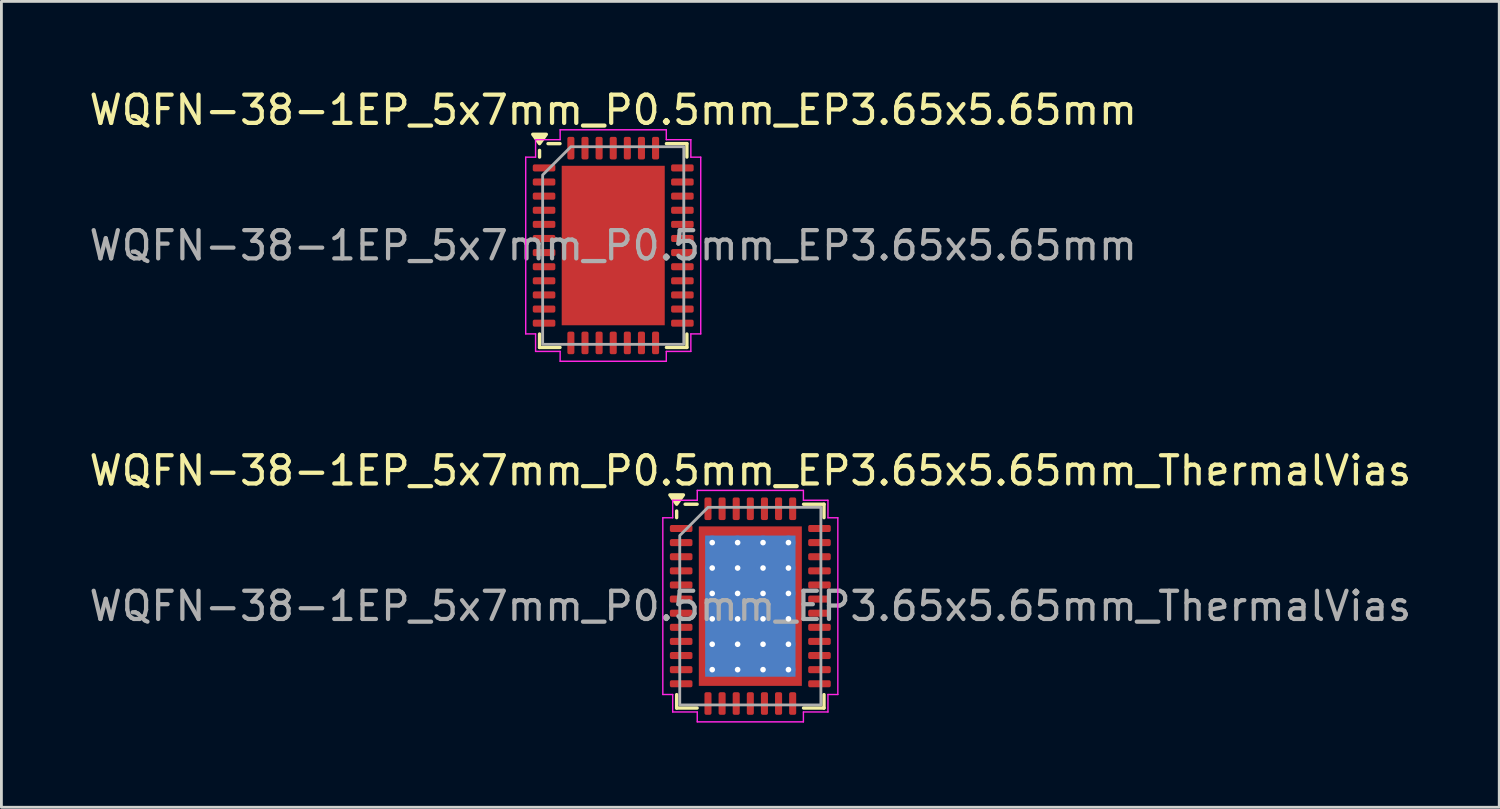
<source format=kicad_pcb>
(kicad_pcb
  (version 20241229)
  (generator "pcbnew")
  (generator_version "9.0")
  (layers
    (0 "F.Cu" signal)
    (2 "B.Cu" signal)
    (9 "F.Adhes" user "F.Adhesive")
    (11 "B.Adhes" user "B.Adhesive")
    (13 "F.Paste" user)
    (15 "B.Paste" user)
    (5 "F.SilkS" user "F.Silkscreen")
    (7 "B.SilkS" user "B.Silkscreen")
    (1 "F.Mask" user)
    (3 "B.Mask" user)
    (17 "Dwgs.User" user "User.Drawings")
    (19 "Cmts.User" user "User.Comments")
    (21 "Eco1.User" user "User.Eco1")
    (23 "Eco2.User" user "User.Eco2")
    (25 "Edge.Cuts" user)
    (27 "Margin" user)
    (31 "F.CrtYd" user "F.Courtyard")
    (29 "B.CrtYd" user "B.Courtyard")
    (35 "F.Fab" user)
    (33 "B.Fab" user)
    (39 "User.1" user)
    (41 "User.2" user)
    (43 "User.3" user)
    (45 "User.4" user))
  (footprint "WQFN-38-1EP_5x7mm_P0.5mm_EP3.65x5.65mm_ThermalVias"
    (layer "F.Cu")
    (at 23.53 18.422)
    (property "Reference" "WQFN-38-1EP_5x7mm_P0.5mm_EP3.65x5.65mm_ThermalVias" (at 0 -4.8 0) (layer "F.SilkS") (effects (font (size 1 1) (thickness 0.15))))
    (attr smd)
    (fp_line (start -2.61 -3.135) (end -2.61 -3.37) (stroke (width 0.12) (type solid)) (layer "F.SilkS"))
    (fp_line (start -2.61 3.61) (end -2.61 3.135) (stroke (width 0.12) (type solid)) (layer "F.SilkS"))
    (fp_line (start -1.885 -3.61) (end -2.31 -3.61) (stroke (width 0.12) (type solid)) (layer "F.SilkS"))
    (fp_line (start -1.885 3.61) (end -2.61 3.61) (stroke (width 0.12) (type solid)) (layer "F.SilkS"))
    (fp_line (start 1.885 -3.61) (end 2.61 -3.61) (stroke (width 0.12) (type solid)) (layer "F.SilkS"))
    (fp_line (start 1.885 3.61) (end 2.61 3.61) (stroke (width 0.12) (type solid)) (layer "F.SilkS"))
    (fp_line (start 2.61 -3.61) (end 2.61 -3.135) (stroke (width 0.12) (type solid)) (layer "F.SilkS"))
    (fp_line (start 2.61 3.61) (end 2.61 3.135) (stroke (width 0.12) (type solid)) (layer "F.SilkS"))
    (fp_poly (pts (xy -2.61 -3.61) (xy -2.85 -3.94) (xy -2.37 -3.94)) (stroke (width 0.12) (type solid)) (fill yes) (layer "F.SilkS"))
    (fp_line (start -3.1 -3.13) (end -2.75 -3.13) (stroke (width 0.05) (type solid)) (layer "F.CrtYd"))
    (fp_line (start -3.1 3.13) (end -3.1 -3.13) (stroke (width 0.05) (type solid)) (layer "F.CrtYd"))
    (fp_line (start -2.75 -3.75) (end -1.88 -3.75) (stroke (width 0.05) (type solid)) (layer "F.CrtYd"))
    (fp_line (start -2.75 -3.13) (end -2.75 -3.75) (stroke (width 0.05) (type solid)) (layer "F.CrtYd"))
    (fp_line (start -2.75 3.13) (end -3.1 3.13) (stroke (width 0.05) (type solid)) (layer "F.CrtYd"))
    (fp_line (start -2.75 3.75) (end -2.75 3.13) (stroke (width 0.05) (type solid)) (layer "F.CrtYd"))
    (fp_line (start -1.88 -4.1) (end 1.88 -4.1) (stroke (width 0.05) (type solid)) (layer "F.CrtYd"))
    (fp_line (start -1.88 -3.75) (end -1.88 -4.1) (stroke (width 0.05) (type solid)) (layer "F.CrtYd"))
    (fp_line (start -1.88 3.75) (end -2.75 3.75) (stroke (width 0.05) (type solid)) (layer "F.CrtYd"))
    (fp_line (start -1.88 4.1) (end -1.88 3.75) (stroke (width 0.05) (type solid)) (layer "F.CrtYd"))
    (fp_line (start 1.88 -4.1) (end 1.88 -3.75) (stroke (width 0.05) (type solid)) (layer "F.CrtYd"))
    (fp_line (start 1.88 -3.75) (end 2.75 -3.75) (stroke (width 0.05) (type solid)) (layer "F.CrtYd"))
    (fp_line (start 1.88 3.75) (end 1.88 4.1) (stroke (width 0.05) (type solid)) (layer "F.CrtYd"))
    (fp_line (start 1.88 4.1) (end -1.88 4.1) (stroke (width 0.05) (type solid)) (layer "F.CrtYd"))
    (fp_line (start 2.75 -3.75) (end 2.75 -3.13) (stroke (width 0.05) (type solid)) (layer "F.CrtYd"))
    (fp_line (start 2.75 -3.13) (end 3.1 -3.13) (stroke (width 0.05) (type solid)) (layer "F.CrtYd"))
    (fp_line (start 2.75 3.13) (end 2.75 3.75) (stroke (width 0.05) (type solid)) (layer "F.CrtYd"))
    (fp_line (start 2.75 3.75) (end 1.88 3.75) (stroke (width 0.05) (type solid)) (layer "F.CrtYd"))
    (fp_line (start 3.1 -3.13) (end 3.1 3.13) (stroke (width 0.05) (type solid)) (layer "F.CrtYd"))
    (fp_line (start 3.1 3.13) (end 2.75 3.13) (stroke (width 0.05) (type solid)) (layer "F.CrtYd"))
    (fp_poly (pts (xy -2.5 -2.5) (xy -2.5 3.5) (xy 2.5 3.5) (xy 2.5 -3.5) (xy -1.5 -3.5)) (stroke (width 0.1) (type solid)) (fill no) (layer "F.Fab"))
    (fp_text user "${REFERENCE}" (at 0 0 0) (layer "F.Fab") (effects (font (size 1 1) (thickness 0.15))))
    (pad "" smd roundrect (at -0.91 -1.88) (size 1.58 1.63) (layers "F.Paste") (roundrect_rratio 0.158))
    (pad "" smd roundrect (at -0.91 0) (size 1.58 1.63) (layers "F.Paste") (roundrect_rratio 0.158))
    (pad "" smd roundrect (at -0.91 1.88) (size 1.58 1.63) (layers "F.Paste") (roundrect_rratio 0.158))
    (pad "" smd roundrect (at 0.91 -1.88) (size 1.58 1.63) (layers "F.Paste") (roundrect_rratio 0.158))
    (pad "" smd roundrect (at 0.91 0) (size 1.58 1.63) (layers "F.Paste") (roundrect_rratio 0.158))
    (pad "" smd roundrect (at 0.91 1.88) (size 1.58 1.63) (layers "F.Paste") (roundrect_rratio 0.158))
    (pad "1" smd roundrect (at -2.45 -2.75) (size 0.8 0.25) (layers "F.Cu" "F.Mask" "F.Paste") (roundrect_rratio 0.25))
    (pad "2" smd roundrect (at -2.45 -2.25) (size 0.8 0.25) (layers "F.Cu" "F.Mask" "F.Paste") (roundrect_rratio 0.25))
    (pad "3" smd roundrect (at -2.45 -1.75) (size 0.8 0.25) (layers "F.Cu" "F.Mask" "F.Paste") (roundrect_rratio 0.25))
    (pad "4" smd roundrect (at -2.45 -1.25) (size 0.8 0.25) (layers "F.Cu" "F.Mask" "F.Paste") (roundrect_rratio 0.25))
    (pad "5" smd roundrect (at -2.45 -0.75) (size 0.8 0.25) (layers "F.Cu" "F.Mask" "F.Paste") (roundrect_rratio 0.25))
    (pad "6" smd roundrect (at -2.45 -0.25) (size 0.8 0.25) (layers "F.Cu" "F.Mask" "F.Paste") (roundrect_rratio 0.25))
    (pad "7" smd roundrect (at -2.45 0.25) (size 0.8 0.25) (layers "F.Cu" "F.Mask" "F.Paste") (roundrect_rratio 0.25))
    (pad "8" smd roundrect (at -2.45 0.75) (size 0.8 0.25) (layers "F.Cu" "F.Mask" "F.Paste") (roundrect_rratio 0.25))
    (pad "9" smd roundrect (at -2.45 1.25) (size 0.8 0.25) (layers "F.Cu" "F.Mask" "F.Paste") (roundrect_rratio 0.25))
    (pad "10" smd roundrect (at -2.45 1.75) (size 0.8 0.25) (layers "F.Cu" "F.Mask" "F.Paste") (roundrect_rratio 0.25))
    (pad "11" smd roundrect (at -2.45 2.25) (size 0.8 0.25) (layers "F.Cu" "F.Mask" "F.Paste") (roundrect_rratio 0.25))
    (pad "12" smd roundrect (at -2.45 2.75) (size 0.8 0.25) (layers "F.Cu" "F.Mask" "F.Paste") (roundrect_rratio 0.25))
    (pad "13" smd roundrect (at -1.5 3.45) (size 0.25 0.8) (layers "F.Cu" "F.Mask" "F.Paste") (roundrect_rratio 0.25))
    (pad "14" smd roundrect (at -1 3.45) (size 0.25 0.8) (layers "F.Cu" "F.Mask" "F.Paste") (roundrect_rratio 0.25))
    (pad "15" smd roundrect (at -0.5 3.45) (size 0.25 0.8) (layers "F.Cu" "F.Mask" "F.Paste") (roundrect_rratio 0.25))
    (pad "16" smd roundrect (at 0 3.45) (size 0.25 0.8) (layers "F.Cu" "F.Mask" "F.Paste") (roundrect_rratio 0.25))
    (pad "17" smd roundrect (at 0.5 3.45) (size 0.25 0.8) (layers "F.Cu" "F.Mask" "F.Paste") (roundrect_rratio 0.25))
    (pad "18" smd roundrect (at 1 3.45) (size 0.25 0.8) (layers "F.Cu" "F.Mask" "F.Paste") (roundrect_rratio 0.25))
    (pad "19" smd roundrect (at 1.5 3.45) (size 0.25 0.8) (layers "F.Cu" "F.Mask" "F.Paste") (roundrect_rratio 0.25))
    (pad "20" smd roundrect (at 2.45 2.75) (size 0.8 0.25) (layers "F.Cu" "F.Mask" "F.Paste") (roundrect_rratio 0.25))
    (pad "21" smd roundrect (at 2.45 2.25) (size 0.8 0.25) (layers "F.Cu" "F.Mask" "F.Paste") (roundrect_rratio 0.25))
    (pad "22" smd roundrect (at 2.45 1.75) (size 0.8 0.25) (layers "F.Cu" "F.Mask" "F.Paste") (roundrect_rratio 0.25))
    (pad "23" smd roundrect (at 2.45 1.25) (size 0.8 0.25) (layers "F.Cu" "F.Mask" "F.Paste") (roundrect_rratio 0.25))
    (pad "24" smd roundrect (at 2.45 0.75) (size 0.8 0.25) (layers "F.Cu" "F.Mask" "F.Paste") (roundrect_rratio 0.25))
    (pad "25" smd roundrect (at 2.45 0.25) (size 0.8 0.25) (layers "F.Cu" "F.Mask" "F.Paste") (roundrect_rratio 0.25))
    (pad "26" smd roundrect (at 2.45 -0.25) (size 0.8 0.25) (layers "F.Cu" "F.Mask" "F.Paste") (roundrect_rratio 0.25))
    (pad "27" smd roundrect (at 2.45 -0.75) (size 0.8 0.25) (layers "F.Cu" "F.Mask" "F.Paste") (roundrect_rratio 0.25))
    (pad "28" smd roundrect (at 2.45 -1.25) (size 0.8 0.25) (layers "F.Cu" "F.Mask" "F.Paste") (roundrect_rratio 0.25))
    (pad "29" smd roundrect (at 2.45 -1.75) (size 0.8 0.25) (layers "F.Cu" "F.Mask" "F.Paste") (roundrect_rratio 0.25))
    (pad "30" smd roundrect (at 2.45 -2.25) (size 0.8 0.25) (layers "F.Cu" "F.Mask" "F.Paste") (roundrect_rratio 0.25))
    (pad "31" smd roundrect (at 2.45 -2.75) (size 0.8 0.25) (layers "F.Cu" "F.Mask" "F.Paste") (roundrect_rratio 0.25))
    (pad "32" smd roundrect (at 1.5 -3.45) (size 0.25 0.8) (layers "F.Cu" "F.Mask" "F.Paste") (roundrect_rratio 0.25))
    (pad "33" smd roundrect (at 1 -3.45) (size 0.25 0.8) (layers "F.Cu" "F.Mask" "F.Paste") (roundrect_rratio 0.25))
    (pad "34" smd roundrect (at 0.5 -3.45) (size 0.25 0.8) (layers "F.Cu" "F.Mask" "F.Paste") (roundrect_rratio 0.25))
    (pad "35" smd roundrect (at 0 -3.45) (size 0.25 0.8) (layers "F.Cu" "F.Mask" "F.Paste") (roundrect_rratio 0.25))
    (pad "36" smd roundrect (at -0.5 -3.45) (size 0.25 0.8) (layers "F.Cu" "F.Mask" "F.Paste") (roundrect_rratio 0.25))
    (pad "37" smd roundrect (at -1 -3.45) (size 0.25 0.8) (layers "F.Cu" "F.Mask" "F.Paste") (roundrect_rratio 0.25))
    (pad "38" smd roundrect (at -1.5 -3.45) (size 0.25 0.8) (layers "F.Cu" "F.Mask" "F.Paste") (roundrect_rratio 0.25))
    (pad "39" thru_hole circle (at -1.35 -2.25) (size 0.5 0.5) (drill 0.2) (property pad_prop_heatsink) (layers "*.Cu"))
    (pad "39" thru_hole circle (at -1.35 -1.35) (size 0.5 0.5) (drill 0.2) (property pad_prop_heatsink) (layers "*.Cu"))
    (pad "39" thru_hole circle (at -1.35 -0.45) (size 0.5 0.5) (drill 0.2) (property pad_prop_heatsink) (layers "*.Cu"))
    (pad "39" thru_hole circle (at -1.35 0.45) (size 0.5 0.5) (drill 0.2) (property pad_prop_heatsink) (layers "*.Cu"))
    (pad "39" thru_hole circle (at -1.35 1.35) (size 0.5 0.5) (drill 0.2) (property pad_prop_heatsink) (layers "*.Cu"))
    (pad "39" thru_hole circle (at -1.35 2.25) (size 0.5 0.5) (drill 0.2) (property pad_prop_heatsink) (layers "*.Cu"))
    (pad "39" thru_hole circle (at -0.45 -2.25) (size 0.5 0.5) (drill 0.2) (property pad_prop_heatsink) (layers "*.Cu"))
    (pad "39" thru_hole circle (at -0.45 -1.35) (size 0.5 0.5) (drill 0.2) (property pad_prop_heatsink) (layers "*.Cu"))
    (pad "39" thru_hole circle (at -0.45 -0.45) (size 0.5 0.5) (drill 0.2) (property pad_prop_heatsink) (layers "*.Cu"))
    (pad "39" thru_hole circle (at -0.45 0.45) (size 0.5 0.5) (drill 0.2) (property pad_prop_heatsink) (layers "*.Cu"))
    (pad "39" thru_hole circle (at -0.45 1.35) (size 0.5 0.5) (drill 0.2) (property pad_prop_heatsink) (layers "*.Cu"))
    (pad "39" thru_hole circle (at -0.45 2.25) (size 0.5 0.5) (drill 0.2) (property pad_prop_heatsink) (layers "*.Cu"))
    (pad "39" smd rect (at 0 0) (size 3.2 5) (property pad_prop_heatsink) (layers "B.Cu"))
    (pad "39" smd rect (at 0 0) (size 3.65 5.65) (property pad_prop_heatsink) (layers "F.Cu" "F.Mask"))
    (pad "39" thru_hole circle (at 0.45 -2.25) (size 0.5 0.5) (drill 0.2) (property pad_prop_heatsink) (layers "*.Cu"))
    (pad "39" thru_hole circle (at 0.45 -1.35) (size 0.5 0.5) (drill 0.2) (property pad_prop_heatsink) (layers "*.Cu"))
    (pad "39" thru_hole circle (at 0.45 -0.45) (size 0.5 0.5) (drill 0.2) (property pad_prop_heatsink) (layers "*.Cu"))
    (pad "39" thru_hole circle (at 0.45 0.45) (size 0.5 0.5) (drill 0.2) (property pad_prop_heatsink) (layers "*.Cu"))
    (pad "39" thru_hole circle (at 0.45 1.35) (size 0.5 0.5) (drill 0.2) (property pad_prop_heatsink) (layers "*.Cu"))
    (pad "39" thru_hole circle (at 0.45 2.25) (size 0.5 0.5) (drill 0.2) (property pad_prop_heatsink) (layers "*.Cu"))
    (pad "39" thru_hole circle (at 1.35 -2.25) (size 0.5 0.5) (drill 0.2) (property pad_prop_heatsink) (layers "*.Cu"))
    (pad "39" thru_hole circle (at 1.35 -1.35) (size 0.5 0.5) (drill 0.2) (property pad_prop_heatsink) (layers "*.Cu"))
    (pad "39" thru_hole circle (at 1.35 -0.45) (size 0.5 0.5) (drill 0.2) (property pad_prop_heatsink) (layers "*.Cu"))
    (pad "39" thru_hole circle (at 1.35 0.45) (size 0.5 0.5) (drill 0.2) (property pad_prop_heatsink) (layers "*.Cu"))
    (pad "39" thru_hole circle (at 1.35 1.35) (size 0.5 0.5) (drill 0.2) (property pad_prop_heatsink) (layers "*.Cu"))
    (pad "39" thru_hole circle (at 1.35 2.25) (size 0.5 0.5) (drill 0.2) (property pad_prop_heatsink) (layers "*.Cu")))
  (footprint "WQFN-38-1EP_5x7mm_P0.5mm_EP3.65x5.65mm"
    (layer "F.Cu")
    (at 18.673 5.648)
    (property "Reference" "WQFN-38-1EP_5x7mm_P0.5mm_EP3.65x5.65mm" (at 0 -4.8 0) (layer "F.SilkS") (effects (font (size 1 1) (thickness 0.15))))
    (attr smd)
    (fp_line (start -2.61 -3.135) (end -2.61 -3.37) (stroke (width 0.12) (type solid)) (layer "F.SilkS"))
    (fp_line (start -2.61 3.61) (end -2.61 3.135) (stroke (width 0.12) (type solid)) (layer "F.SilkS"))
    (fp_line (start -1.885 -3.61) (end -2.31 -3.61) (stroke (width 0.12) (type solid)) (layer "F.SilkS"))
    (fp_line (start -1.885 3.61) (end -2.61 3.61) (stroke (width 0.12) (type solid)) (layer "F.SilkS"))
    (fp_line (start 1.885 -3.61) (end 2.61 -3.61) (stroke (width 0.12) (type solid)) (layer "F.SilkS"))
    (fp_line (start 1.885 3.61) (end 2.61 3.61) (stroke (width 0.12) (type solid)) (layer "F.SilkS"))
    (fp_line (start 2.61 -3.61) (end 2.61 -3.135) (stroke (width 0.12) (type solid)) (layer "F.SilkS"))
    (fp_line (start 2.61 3.61) (end 2.61 3.135) (stroke (width 0.12) (type solid)) (layer "F.SilkS"))
    (fp_poly (pts (xy -2.61 -3.61) (xy -2.85 -3.94) (xy -2.37 -3.94)) (stroke (width 0.12) (type solid)) (fill yes) (layer "F.SilkS"))
    (fp_line (start -3.1 -3.13) (end -2.75 -3.13) (stroke (width 0.05) (type solid)) (layer "F.CrtYd"))
    (fp_line (start -3.1 3.13) (end -3.1 -3.13) (stroke (width 0.05) (type solid)) (layer "F.CrtYd"))
    (fp_line (start -2.75 -3.75) (end -1.88 -3.75) (stroke (width 0.05) (type solid)) (layer "F.CrtYd"))
    (fp_line (start -2.75 -3.13) (end -2.75 -3.75) (stroke (width 0.05) (type solid)) (layer "F.CrtYd"))
    (fp_line (start -2.75 3.13) (end -3.1 3.13) (stroke (width 0.05) (type solid)) (layer "F.CrtYd"))
    (fp_line (start -2.75 3.75) (end -2.75 3.13) (stroke (width 0.05) (type solid)) (layer "F.CrtYd"))
    (fp_line (start -1.88 -4.1) (end 1.88 -4.1) (stroke (width 0.05) (type solid)) (layer "F.CrtYd"))
    (fp_line (start -1.88 -3.75) (end -1.88 -4.1) (stroke (width 0.05) (type solid)) (layer "F.CrtYd"))
    (fp_line (start -1.88 3.75) (end -2.75 3.75) (stroke (width 0.05) (type solid)) (layer "F.CrtYd"))
    (fp_line (start -1.88 4.1) (end -1.88 3.75) (stroke (width 0.05) (type solid)) (layer "F.CrtYd"))
    (fp_line (start 1.88 -4.1) (end 1.88 -3.75) (stroke (width 0.05) (type solid)) (layer "F.CrtYd"))
    (fp_line (start 1.88 -3.75) (end 2.75 -3.75) (stroke (width 0.05) (type solid)) (layer "F.CrtYd"))
    (fp_line (start 1.88 3.75) (end 1.88 4.1) (stroke (width 0.05) (type solid)) (layer "F.CrtYd"))
    (fp_line (start 1.88 4.1) (end -1.88 4.1) (stroke (width 0.05) (type solid)) (layer "F.CrtYd"))
    (fp_line (start 2.75 -3.75) (end 2.75 -3.13) (stroke (width 0.05) (type solid)) (layer "F.CrtYd"))
    (fp_line (start 2.75 -3.13) (end 3.1 -3.13) (stroke (width 0.05) (type solid)) (layer "F.CrtYd"))
    (fp_line (start 2.75 3.13) (end 2.75 3.75) (stroke (width 0.05) (type solid)) (layer "F.CrtYd"))
    (fp_line (start 2.75 3.75) (end 1.88 3.75) (stroke (width 0.05) (type solid)) (layer "F.CrtYd"))
    (fp_line (start 3.1 -3.13) (end 3.1 3.13) (stroke (width 0.05) (type solid)) (layer "F.CrtYd"))
    (fp_line (start 3.1 3.13) (end 2.75 3.13) (stroke (width 0.05) (type solid)) (layer "F.CrtYd"))
    (fp_poly (pts (xy -2.5 -2.5) (xy -2.5 3.5) (xy 2.5 3.5) (xy 2.5 -3.5) (xy -1.5 -3.5)) (stroke (width 0.1) (type solid)) (fill no) (layer "F.Fab"))
    (fp_text user "${REFERENCE}" (at 0 0 0) (layer "F.Fab") (effects (font (size 1 1) (thickness 0.15))))
    (pad "" smd roundrect (at -0.91 -1.88) (size 1.47 1.52) (layers "F.Paste") (roundrect_rratio 0.17))
    (pad "" smd roundrect (at -0.91 0) (size 1.47 1.52) (layers "F.Paste") (roundrect_rratio 0.17))
    (pad "" smd roundrect (at -0.91 1.88) (size 1.47 1.52) (layers "F.Paste") (roundrect_rratio 0.17))
    (pad "" smd roundrect (at 0.91 -1.88) (size 1.47 1.52) (layers "F.Paste") (roundrect_rratio 0.17))
    (pad "" smd roundrect (at 0.91 0) (size 1.47 1.52) (layers "F.Paste") (roundrect_rratio 0.17))
    (pad "" smd roundrect (at 0.91 1.88) (size 1.47 1.52) (layers "F.Paste") (roundrect_rratio 0.17))
    (pad "1" smd roundrect (at -2.45 -2.75) (size 0.8 0.25) (layers "F.Cu" "F.Mask" "F.Paste") (roundrect_rratio 0.25))
    (pad "2" smd roundrect (at -2.45 -2.25) (size 0.8 0.25) (layers "F.Cu" "F.Mask" "F.Paste") (roundrect_rratio 0.25))
    (pad "3" smd roundrect (at -2.45 -1.75) (size 0.8 0.25) (layers "F.Cu" "F.Mask" "F.Paste") (roundrect_rratio 0.25))
    (pad "4" smd roundrect (at -2.45 -1.25) (size 0.8 0.25) (layers "F.Cu" "F.Mask" "F.Paste") (roundrect_rratio 0.25))
    (pad "5" smd roundrect (at -2.45 -0.75) (size 0.8 0.25) (layers "F.Cu" "F.Mask" "F.Paste") (roundrect_rratio 0.25))
    (pad "6" smd roundrect (at -2.45 -0.25) (size 0.8 0.25) (layers "F.Cu" "F.Mask" "F.Paste") (roundrect_rratio 0.25))
    (pad "7" smd roundrect (at -2.45 0.25) (size 0.8 0.25) (layers "F.Cu" "F.Mask" "F.Paste") (roundrect_rratio 0.25))
    (pad "8" smd roundrect (at -2.45 0.75) (size 0.8 0.25) (layers "F.Cu" "F.Mask" "F.Paste") (roundrect_rratio 0.25))
    (pad "9" smd roundrect (at -2.45 1.25) (size 0.8 0.25) (layers "F.Cu" "F.Mask" "F.Paste") (roundrect_rratio 0.25))
    (pad "10" smd roundrect (at -2.45 1.75) (size 0.8 0.25) (layers "F.Cu" "F.Mask" "F.Paste") (roundrect_rratio 0.25))
    (pad "11" smd roundrect (at -2.45 2.25) (size 0.8 0.25) (layers "F.Cu" "F.Mask" "F.Paste") (roundrect_rratio 0.25))
    (pad "12" smd roundrect (at -2.45 2.75) (size 0.8 0.25) (layers "F.Cu" "F.Mask" "F.Paste") (roundrect_rratio 0.25))
    (pad "13" smd roundrect (at -1.5 3.45) (size 0.25 0.8) (layers "F.Cu" "F.Mask" "F.Paste") (roundrect_rratio 0.25))
    (pad "14" smd roundrect (at -1 3.45) (size 0.25 0.8) (layers "F.Cu" "F.Mask" "F.Paste") (roundrect_rratio 0.25))
    (pad "15" smd roundrect (at -0.5 3.45) (size 0.25 0.8) (layers "F.Cu" "F.Mask" "F.Paste") (roundrect_rratio 0.25))
    (pad "16" smd roundrect (at 0 3.45) (size 0.25 0.8) (layers "F.Cu" "F.Mask" "F.Paste") (roundrect_rratio 0.25))
    (pad "17" smd roundrect (at 0.5 3.45) (size 0.25 0.8) (layers "F.Cu" "F.Mask" "F.Paste") (roundrect_rratio 0.25))
    (pad "18" smd roundrect (at 1 3.45) (size 0.25 0.8) (layers "F.Cu" "F.Mask" "F.Paste") (roundrect_rratio 0.25))
    (pad "19" smd roundrect (at 1.5 3.45) (size 0.25 0.8) (layers "F.Cu" "F.Mask" "F.Paste") (roundrect_rratio 0.25))
    (pad "20" smd roundrect (at 2.45 2.75) (size 0.8 0.25) (layers "F.Cu" "F.Mask" "F.Paste") (roundrect_rratio 0.25))
    (pad "21" smd roundrect (at 2.45 2.25) (size 0.8 0.25) (layers "F.Cu" "F.Mask" "F.Paste") (roundrect_rratio 0.25))
    (pad "22" smd roundrect (at 2.45 1.75) (size 0.8 0.25) (layers "F.Cu" "F.Mask" "F.Paste") (roundrect_rratio 0.25))
    (pad "23" smd roundrect (at 2.45 1.25) (size 0.8 0.25) (layers "F.Cu" "F.Mask" "F.Paste") (roundrect_rratio 0.25))
    (pad "24" smd roundrect (at 2.45 0.75) (size 0.8 0.25) (layers "F.Cu" "F.Mask" "F.Paste") (roundrect_rratio 0.25))
    (pad "25" smd roundrect (at 2.45 0.25) (size 0.8 0.25) (layers "F.Cu" "F.Mask" "F.Paste") (roundrect_rratio 0.25))
    (pad "26" smd roundrect (at 2.45 -0.25) (size 0.8 0.25) (layers "F.Cu" "F.Mask" "F.Paste") (roundrect_rratio 0.25))
    (pad "27" smd roundrect (at 2.45 -0.75) (size 0.8 0.25) (layers "F.Cu" "F.Mask" "F.Paste") (roundrect_rratio 0.25))
    (pad "28" smd roundrect (at 2.45 -1.25) (size 0.8 0.25) (layers "F.Cu" "F.Mask" "F.Paste") (roundrect_rratio 0.25))
    (pad "29" smd roundrect (at 2.45 -1.75) (size 0.8 0.25) (layers "F.Cu" "F.Mask" "F.Paste") (roundrect_rratio 0.25))
    (pad "30" smd roundrect (at 2.45 -2.25) (size 0.8 0.25) (layers "F.Cu" "F.Mask" "F.Paste") (roundrect_rratio 0.25))
    (pad "31" smd roundrect (at 2.45 -2.75) (size 0.8 0.25) (layers "F.Cu" "F.Mask" "F.Paste") (roundrect_rratio 0.25))
    (pad "32" smd roundrect (at 1.5 -3.45) (size 0.25 0.8) (layers "F.Cu" "F.Mask" "F.Paste") (roundrect_rratio 0.25))
    (pad "33" smd roundrect (at 1 -3.45) (size 0.25 0.8) (layers "F.Cu" "F.Mask" "F.Paste") (roundrect_rratio 0.25))
    (pad "34" smd roundrect (at 0.5 -3.45) (size 0.25 0.8) (layers "F.Cu" "F.Mask" "F.Paste") (roundrect_rratio 0.25))
    (pad "35" smd roundrect (at 0 -3.45) (size 0.25 0.8) (layers "F.Cu" "F.Mask" "F.Paste") (roundrect_rratio 0.25))
    (pad "36" smd roundrect (at -0.5 -3.45) (size 0.25 0.8) (layers "F.Cu" "F.Mask" "F.Paste") (roundrect_rratio 0.25))
    (pad "37" smd roundrect (at -1 -3.45) (size 0.25 0.8) (layers "F.Cu" "F.Mask" "F.Paste") (roundrect_rratio 0.25))
    (pad "38" smd roundrect (at -1.5 -3.45) (size 0.25 0.8) (layers "F.Cu" "F.Mask" "F.Paste") (roundrect_rratio 0.25))
    (pad "39" smd rect (at 0 0) (size 3.65 5.65) (property pad_prop_heatsink) (layers "F.Cu" "F.Mask")))
  (gr_rect
    (start -3 -3)
    (end 50.06 25.547)
    (stroke (width 0.1) (type default))
    (fill no)
    (layer "Edge.Cuts")))
</source>
